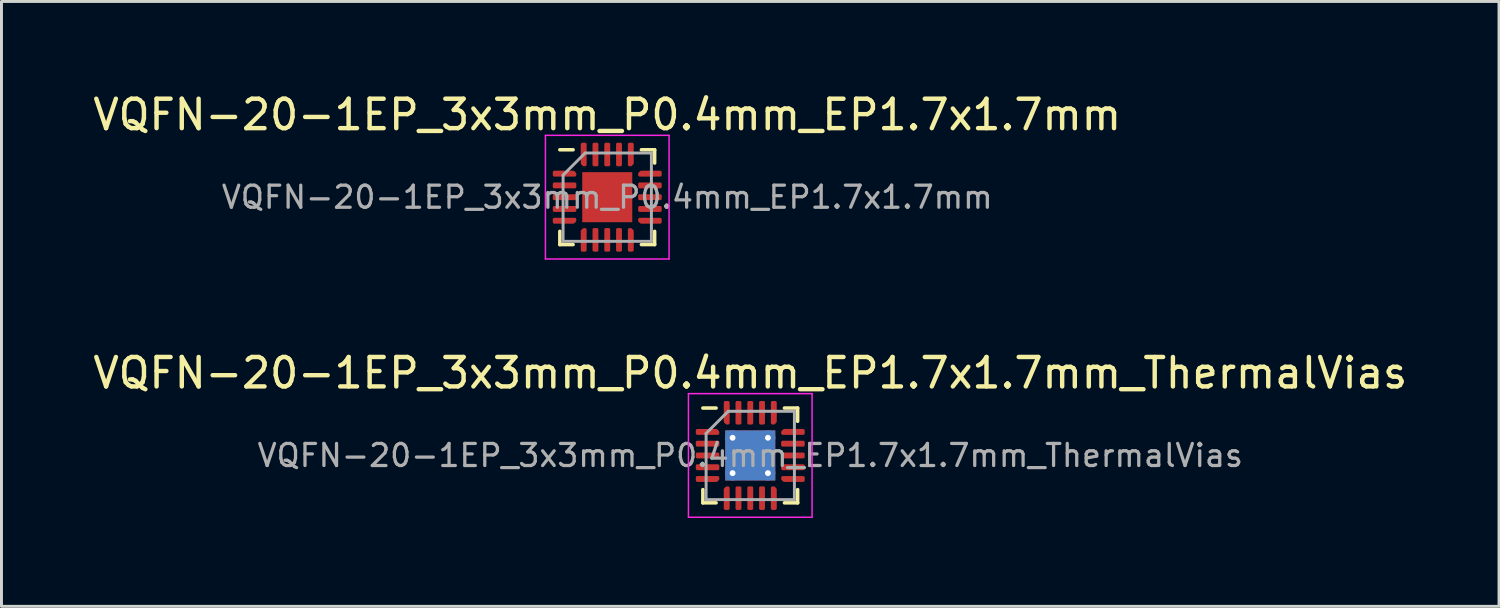
<source format=kicad_pcb>
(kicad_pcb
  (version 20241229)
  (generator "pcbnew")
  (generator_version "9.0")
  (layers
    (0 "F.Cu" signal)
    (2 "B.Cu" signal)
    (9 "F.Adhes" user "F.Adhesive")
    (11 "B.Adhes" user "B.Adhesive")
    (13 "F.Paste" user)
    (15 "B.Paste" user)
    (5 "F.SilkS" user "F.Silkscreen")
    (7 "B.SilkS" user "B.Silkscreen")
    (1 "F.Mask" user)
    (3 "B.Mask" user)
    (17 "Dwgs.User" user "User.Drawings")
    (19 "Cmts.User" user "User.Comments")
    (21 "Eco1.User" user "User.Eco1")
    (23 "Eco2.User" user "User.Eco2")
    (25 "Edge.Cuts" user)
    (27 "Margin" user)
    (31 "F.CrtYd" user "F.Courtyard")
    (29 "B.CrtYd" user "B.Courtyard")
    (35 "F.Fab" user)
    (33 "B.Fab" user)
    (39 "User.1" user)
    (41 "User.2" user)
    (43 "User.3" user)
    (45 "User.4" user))
  (footprint "VQFN-20-1EP_3x3mm_P0.4mm_EP1.7x1.7mm_ThermalVias"
    (layer "F.Cu")
    (at 22.435 12.421)
    (property "Reference" "VQFN-20-1EP_3x3mm_P0.4mm_EP1.7x1.7mm_ThermalVias" (at 0 -2.8 0) (layer "F.SilkS") (effects (font (size 1 1) (thickness 0.15))))
    (attr smd)
    (fp_line (start -1.61 1.61) (end -1.61 1.16) (stroke (width 0.12) (type solid)) (layer "F.SilkS"))
    (fp_line (start -1.16 -1.61) (end -1.61 -1.61) (stroke (width 0.12) (type solid)) (layer "F.SilkS"))
    (fp_line (start -1.16 1.61) (end -1.61 1.61) (stroke (width 0.12) (type solid)) (layer "F.SilkS"))
    (fp_line (start 1.16 -1.61) (end 1.61 -1.61) (stroke (width 0.12) (type solid)) (layer "F.SilkS"))
    (fp_line (start 1.16 1.61) (end 1.61 1.61) (stroke (width 0.12) (type solid)) (layer "F.SilkS"))
    (fp_line (start 1.61 -1.61) (end 1.61 -1.16) (stroke (width 0.12) (type solid)) (layer "F.SilkS"))
    (fp_line (start 1.61 1.61) (end 1.61 1.16) (stroke (width 0.12) (type solid)) (layer "F.SilkS"))
    (fp_line (start -2.1 -2.1) (end -2.1 2.1) (stroke (width 0.05) (type solid)) (layer "F.CrtYd"))
    (fp_line (start -2.1 2.1) (end 2.1 2.1) (stroke (width 0.05) (type solid)) (layer "F.CrtYd"))
    (fp_line (start 2.1 -2.1) (end -2.1 -2.1) (stroke (width 0.05) (type solid)) (layer "F.CrtYd"))
    (fp_line (start 2.1 2.1) (end 2.1 -2.1) (stroke (width 0.05) (type solid)) (layer "F.CrtYd"))
    (fp_line (start -1.5 -0.75) (end -0.75 -1.5) (stroke (width 0.1) (type solid)) (layer "F.Fab"))
    (fp_line (start -1.5 1.5) (end -1.5 -0.75) (stroke (width 0.1) (type solid)) (layer "F.Fab"))
    (fp_line (start -0.75 -1.5) (end 1.5 -1.5) (stroke (width 0.1) (type solid)) (layer "F.Fab"))
    (fp_line (start 1.5 -1.5) (end 1.5 1.5) (stroke (width 0.1) (type solid)) (layer "F.Fab"))
    (fp_line (start 1.5 1.5) (end -1.5 1.5) (stroke (width 0.1) (type solid)) (layer "F.Fab"))
    (fp_text user "${REFERENCE}" (at 0 0 0) (layer "F.Fab") (effects (font (size 0.75 0.75) (thickness 0.11))))
    (pad "" smd roundrect (at -0.425 -0.425) (size 0.74 0.74) (layers "F.Paste") (roundrect_rratio 0.25))
    (pad "" smd roundrect (at -0.425 0.425) (size 0.74 0.74) (layers "F.Paste") (roundrect_rratio 0.25))
    (pad "" smd roundrect (at 0.425 -0.425) (size 0.74 0.74) (layers "F.Paste") (roundrect_rratio 0.25))
    (pad "" smd roundrect (at 0.425 0.425) (size 0.74 0.74) (layers "F.Paste") (roundrect_rratio 0.25))
    (pad "1" smd custom (at -1.45 -0.8) (size 0.143 0.143) (layers "F.Cu" "F.Mask" "F.Paste") (options (anchor circle)) (primitives (gr_poly (pts (xy 0.35 0.001) (xy 0.35 0.05) (xy -0.35 0.05) (xy -0.35 -0.05) (xy 0.299 -0.05)) (width 0.1) (fill yes))))
    (pad "2" smd roundrect (at -1.45 -0.4) (size 0.8 0.2) (layers "F.Cu" "F.Mask" "F.Paste") (roundrect_rratio 0.25))
    (pad "3" smd roundrect (at -1.45 0) (size 0.8 0.2) (layers "F.Cu" "F.Mask" "F.Paste") (roundrect_rratio 0.25))
    (pad "4" smd roundrect (at -1.45 0.4) (size 0.8 0.2) (layers "F.Cu" "F.Mask" "F.Paste") (roundrect_rratio 0.25))
    (pad "5" smd custom (at -1.45 0.8) (size 0.143 0.143) (layers "F.Cu" "F.Mask" "F.Paste") (options (anchor circle)) (primitives (gr_poly (pts (xy 0.35 -0.001) (xy 0.299 0.05) (xy -0.35 0.05) (xy -0.35 -0.05) (xy 0.35 -0.05)) (width 0.1) (fill yes))))
    (pad "6" smd custom (at -0.8 1.45) (size 0.143 0.143) (layers "F.Cu" "F.Mask" "F.Paste") (options (anchor circle)) (primitives (gr_poly (pts (xy 0.05 0.35) (xy -0.05 0.35) (xy -0.05 -0.299) (xy 0.001 -0.35) (xy 0.05 -0.35)) (width 0.1) (fill yes))))
    (pad "7" smd roundrect (at -0.4 1.45) (size 0.2 0.8) (layers "F.Cu" "F.Mask" "F.Paste") (roundrect_rratio 0.25))
    (pad "8" smd roundrect (at 0 1.45) (size 0.2 0.8) (layers "F.Cu" "F.Mask" "F.Paste") (roundrect_rratio 0.25))
    (pad "9" smd roundrect (at 0.4 1.45) (size 0.2 0.8) (layers "F.Cu" "F.Mask" "F.Paste") (roundrect_rratio 0.25))
    (pad "10" smd custom (at 0.8 1.45) (size 0.143 0.143) (layers "F.Cu" "F.Mask" "F.Paste") (options (anchor circle)) (primitives (gr_poly (pts (xy 0.05 -0.299) (xy 0.05 0.35) (xy -0.05 0.35) (xy -0.05 -0.35) (xy -0.001 -0.35)) (width 0.1) (fill yes))))
    (pad "11" smd custom (at 1.45 0.8) (size 0.143 0.143) (layers "F.Cu" "F.Mask" "F.Paste") (options (anchor circle)) (primitives (gr_poly (pts (xy 0.35 0.05) (xy -0.299 0.05) (xy -0.35 -0.001) (xy -0.35 -0.05) (xy 0.35 -0.05)) (width 0.1) (fill yes))))
    (pad "12" smd roundrect (at 1.45 0.4) (size 0.8 0.2) (layers "F.Cu" "F.Mask" "F.Paste") (roundrect_rratio 0.25))
    (pad "13" smd roundrect (at 1.45 0) (size 0.8 0.2) (layers "F.Cu" "F.Mask" "F.Paste") (roundrect_rratio 0.25))
    (pad "14" smd roundrect (at 1.45 -0.4) (size 0.8 0.2) (layers "F.Cu" "F.Mask" "F.Paste") (roundrect_rratio 0.25))
    (pad "15" smd custom (at 1.45 -0.8) (size 0.143 0.143) (layers "F.Cu" "F.Mask" "F.Paste") (options (anchor circle)) (primitives (gr_poly (pts (xy 0.35 0.05) (xy -0.35 0.05) (xy -0.35 0.001) (xy -0.299 -0.05) (xy 0.35 -0.05)) (width 0.1) (fill yes))))
    (pad "16" smd custom (at 0.8 -1.45) (size 0.143 0.143) (layers "F.Cu" "F.Mask" "F.Paste") (options (anchor circle)) (primitives (gr_poly (pts (xy 0.05 0.299) (xy -0.001 0.35) (xy -0.05 0.35) (xy -0.05 -0.35) (xy 0.05 -0.35)) (width 0.1) (fill yes))))
    (pad "17" smd roundrect (at 0.4 -1.45) (size 0.2 0.8) (layers "F.Cu" "F.Mask" "F.Paste") (roundrect_rratio 0.25))
    (pad "18" smd roundrect (at 0 -1.45) (size 0.2 0.8) (layers "F.Cu" "F.Mask" "F.Paste") (roundrect_rratio 0.25))
    (pad "19" smd roundrect (at -0.4 -1.45) (size 0.2 0.8) (layers "F.Cu" "F.Mask" "F.Paste") (roundrect_rratio 0.25))
    (pad "20" smd custom (at -0.8 -1.45) (size 0.143 0.143) (layers "F.Cu" "F.Mask" "F.Paste") (options (anchor circle)) (primitives (gr_poly (pts (xy 0.05 0.35) (xy 0.001 0.35) (xy -0.05 0.299) (xy -0.05 -0.35) (xy 0.05 -0.35)) (width 0.1) (fill yes))))
    (pad "21" thru_hole circle (at -0.6 -0.6) (size 0.5 0.5) (drill 0.2) (layers "*.Cu"))
    (pad "21" thru_hole circle (at -0.6 0.6) (size 0.5 0.5) (drill 0.2) (layers "*.Cu"))
    (pad "21" smd rect (at 0 0) (size 1.7 1.7) (layers "F.Cu" "F.Mask"))
    (pad "21" smd rect (at 0 0) (size 1.7 1.7) (layers "B.Cu"))
    (pad "21" thru_hole circle (at 0.6 -0.6) (size 0.5 0.5) (drill 0.2) (layers "*.Cu"))
    (pad "21" thru_hole circle (at 0.6 0.6) (size 0.5 0.5) (drill 0.2) (layers "*.Cu")))
  (footprint "VQFN-20-1EP_3x3mm_P0.4mm_EP1.7x1.7mm"
    (layer "F.Cu")
    (at 17.577 3.648)
    (property "Reference" "VQFN-20-1EP_3x3mm_P0.4mm_EP1.7x1.7mm" (at 0 -2.8 0) (layer "F.SilkS") (effects (font (size 1 1) (thickness 0.15))))
    (attr smd)
    (fp_line (start -1.61 1.61) (end -1.61 1.16) (stroke (width 0.12) (type solid)) (layer "F.SilkS"))
    (fp_line (start -1.16 -1.61) (end -1.61 -1.61) (stroke (width 0.12) (type solid)) (layer "F.SilkS"))
    (fp_line (start -1.16 1.61) (end -1.61 1.61) (stroke (width 0.12) (type solid)) (layer "F.SilkS"))
    (fp_line (start 1.16 -1.61) (end 1.61 -1.61) (stroke (width 0.12) (type solid)) (layer "F.SilkS"))
    (fp_line (start 1.16 1.61) (end 1.61 1.61) (stroke (width 0.12) (type solid)) (layer "F.SilkS"))
    (fp_line (start 1.61 -1.61) (end 1.61 -1.16) (stroke (width 0.12) (type solid)) (layer "F.SilkS"))
    (fp_line (start 1.61 1.61) (end 1.61 1.16) (stroke (width 0.12) (type solid)) (layer "F.SilkS"))
    (fp_line (start -2.1 -2.1) (end -2.1 2.1) (stroke (width 0.05) (type solid)) (layer "F.CrtYd"))
    (fp_line (start -2.1 2.1) (end 2.1 2.1) (stroke (width 0.05) (type solid)) (layer "F.CrtYd"))
    (fp_line (start 2.1 -2.1) (end -2.1 -2.1) (stroke (width 0.05) (type solid)) (layer "F.CrtYd"))
    (fp_line (start 2.1 2.1) (end 2.1 -2.1) (stroke (width 0.05) (type solid)) (layer "F.CrtYd"))
    (fp_line (start -1.5 -0.75) (end -0.75 -1.5) (stroke (width 0.1) (type solid)) (layer "F.Fab"))
    (fp_line (start -1.5 1.5) (end -1.5 -0.75) (stroke (width 0.1) (type solid)) (layer "F.Fab"))
    (fp_line (start -0.75 -1.5) (end 1.5 -1.5) (stroke (width 0.1) (type solid)) (layer "F.Fab"))
    (fp_line (start 1.5 -1.5) (end 1.5 1.5) (stroke (width 0.1) (type solid)) (layer "F.Fab"))
    (fp_line (start 1.5 1.5) (end -1.5 1.5) (stroke (width 0.1) (type solid)) (layer "F.Fab"))
    (fp_text user "${REFERENCE}" (at 0 0 0) (layer "F.Fab") (effects (font (size 0.75 0.75) (thickness 0.11))))
    (pad "" smd roundrect (at -0.425 -0.425) (size 0.69 0.69) (layers "F.Paste") (roundrect_rratio 0.25))
    (pad "" smd roundrect (at -0.425 0.425) (size 0.69 0.69) (layers "F.Paste") (roundrect_rratio 0.25))
    (pad "" smd roundrect (at 0.425 -0.425) (size 0.69 0.69) (layers "F.Paste") (roundrect_rratio 0.25))
    (pad "" smd roundrect (at 0.425 0.425) (size 0.69 0.69) (layers "F.Paste") (roundrect_rratio 0.25))
    (pad "1" smd custom (at -1.45 -0.8) (size 0.143 0.143) (layers "F.Cu" "F.Mask" "F.Paste") (options (anchor circle)) (primitives (gr_poly (pts (xy 0.35 0.001) (xy 0.35 0.05) (xy -0.35 0.05) (xy -0.35 -0.05) (xy 0.299 -0.05)) (width 0.1) (fill yes))))
    (pad "2" smd roundrect (at -1.45 -0.4) (size 0.8 0.2) (layers "F.Cu" "F.Mask" "F.Paste") (roundrect_rratio 0.25))
    (pad "3" smd roundrect (at -1.45 0) (size 0.8 0.2) (layers "F.Cu" "F.Mask" "F.Paste") (roundrect_rratio 0.25))
    (pad "4" smd roundrect (at -1.45 0.4) (size 0.8 0.2) (layers "F.Cu" "F.Mask" "F.Paste") (roundrect_rratio 0.25))
    (pad "5" smd custom (at -1.45 0.8) (size 0.143 0.143) (layers "F.Cu" "F.Mask" "F.Paste") (options (anchor circle)) (primitives (gr_poly (pts (xy 0.35 -0.001) (xy 0.299 0.05) (xy -0.35 0.05) (xy -0.35 -0.05) (xy 0.35 -0.05)) (width 0.1) (fill yes))))
    (pad "6" smd custom (at -0.8 1.45) (size 0.143 0.143) (layers "F.Cu" "F.Mask" "F.Paste") (options (anchor circle)) (primitives (gr_poly (pts (xy 0.05 0.35) (xy -0.05 0.35) (xy -0.05 -0.299) (xy 0.001 -0.35) (xy 0.05 -0.35)) (width 0.1) (fill yes))))
    (pad "7" smd roundrect (at -0.4 1.45) (size 0.2 0.8) (layers "F.Cu" "F.Mask" "F.Paste") (roundrect_rratio 0.25))
    (pad "8" smd roundrect (at 0 1.45) (size 0.2 0.8) (layers "F.Cu" "F.Mask" "F.Paste") (roundrect_rratio 0.25))
    (pad "9" smd roundrect (at 0.4 1.45) (size 0.2 0.8) (layers "F.Cu" "F.Mask" "F.Paste") (roundrect_rratio 0.25))
    (pad "10" smd custom (at 0.8 1.45) (size 0.143 0.143) (layers "F.Cu" "F.Mask" "F.Paste") (options (anchor circle)) (primitives (gr_poly (pts (xy 0.05 -0.299) (xy 0.05 0.35) (xy -0.05 0.35) (xy -0.05 -0.35) (xy -0.001 -0.35)) (width 0.1) (fill yes))))
    (pad "11" smd custom (at 1.45 0.8) (size 0.143 0.143) (layers "F.Cu" "F.Mask" "F.Paste") (options (anchor circle)) (primitives (gr_poly (pts (xy 0.35 0.05) (xy -0.299 0.05) (xy -0.35 -0.001) (xy -0.35 -0.05) (xy 0.35 -0.05)) (width 0.1) (fill yes))))
    (pad "12" smd roundrect (at 1.45 0.4) (size 0.8 0.2) (layers "F.Cu" "F.Mask" "F.Paste") (roundrect_rratio 0.25))
    (pad "13" smd roundrect (at 1.45 0) (size 0.8 0.2) (layers "F.Cu" "F.Mask" "F.Paste") (roundrect_rratio 0.25))
    (pad "14" smd roundrect (at 1.45 -0.4) (size 0.8 0.2) (layers "F.Cu" "F.Mask" "F.Paste") (roundrect_rratio 0.25))
    (pad "15" smd custom (at 1.45 -0.8) (size 0.143 0.143) (layers "F.Cu" "F.Mask" "F.Paste") (options (anchor circle)) (primitives (gr_poly (pts (xy 0.35 0.05) (xy -0.35 0.05) (xy -0.35 0.001) (xy -0.299 -0.05) (xy 0.35 -0.05)) (width 0.1) (fill yes))))
    (pad "16" smd custom (at 0.8 -1.45) (size 0.143 0.143) (layers "F.Cu" "F.Mask" "F.Paste") (options (anchor circle)) (primitives (gr_poly (pts (xy 0.05 0.299) (xy -0.001 0.35) (xy -0.05 0.35) (xy -0.05 -0.35) (xy 0.05 -0.35)) (width 0.1) (fill yes))))
    (pad "17" smd roundrect (at 0.4 -1.45) (size 0.2 0.8) (layers "F.Cu" "F.Mask" "F.Paste") (roundrect_rratio 0.25))
    (pad "18" smd roundrect (at 0 -1.45) (size 0.2 0.8) (layers "F.Cu" "F.Mask" "F.Paste") (roundrect_rratio 0.25))
    (pad "19" smd roundrect (at -0.4 -1.45) (size 0.2 0.8) (layers "F.Cu" "F.Mask" "F.Paste") (roundrect_rratio 0.25))
    (pad "20" smd custom (at -0.8 -1.45) (size 0.143 0.143) (layers "F.Cu" "F.Mask" "F.Paste") (options (anchor circle)) (primitives (gr_poly (pts (xy 0.05 0.35) (xy 0.001 0.35) (xy -0.05 0.299) (xy -0.05 -0.35) (xy 0.05 -0.35)) (width 0.1) (fill yes))))
    (pad "21" smd rect (at 0 0) (size 1.7 1.7) (layers "F.Cu" "F.Mask")))
  (gr_rect
    (start -3 -3)
    (end 47.869 17.547)
    (stroke (width 0.1) (type default))
    (fill no)
    (layer "Edge.Cuts")))
</source>
